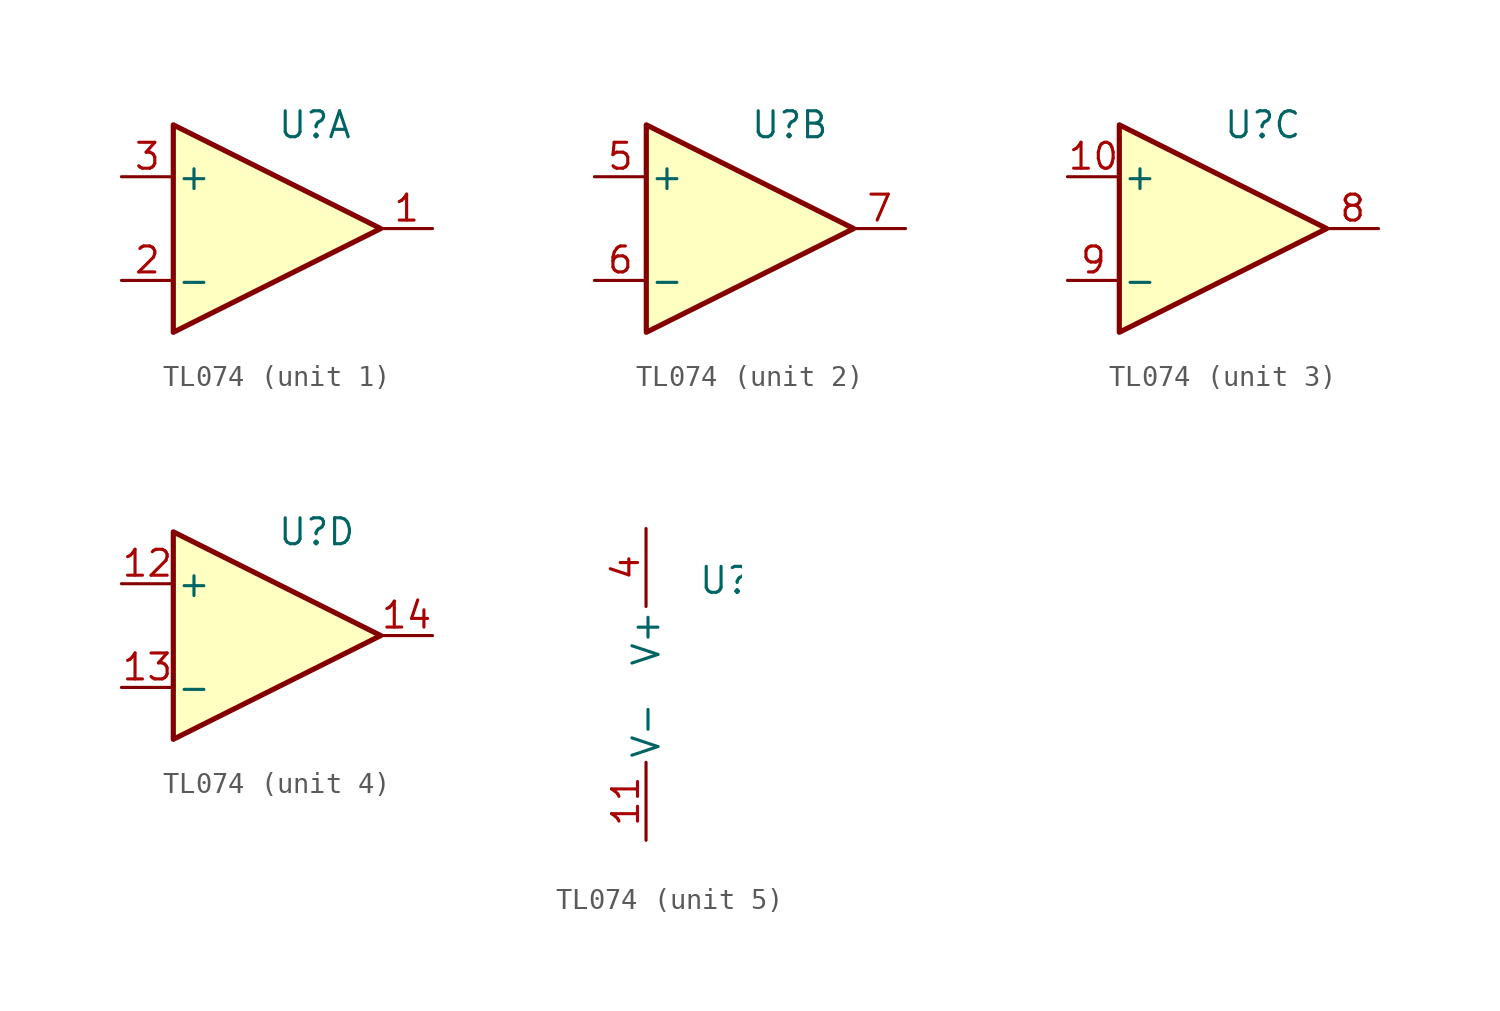
<source format=kicad_sym>
(kicad_symbol_lib
  (version 20220914)
  (generator kicad_symbol_editor)
  (symbol "TL074"
    (pin_names
      (offset 0.127))
    (property "Reference" "U"
      (at 0 5.08 0)
      (effects (font (size 1.27 1.27)) (justify left)))
    (property "ki_locked" ""
      (at 0 0 0)
      (effects (font (size 1.27 1.27))))
    (symbol "TL074_1_1"
      (polyline (pts (xy -5.08 5.08) (xy 5.08 0) (xy -5.08 -5.08) (xy -5.08 5.08)) (stroke (width 0.254) (type default)) (fill (type background)))
      (pin output line (at 7.62 0 180) (length 2.54) (name "~" (effects (font (size 1.27 1.27)))) (number "1" (effects (font (size 1.27 1.27)))))
      (pin input line (at -7.62 -2.54 0) (length 2.54) (name "-" (effects (font (size 1.27 1.27)))) (number "2" (effects (font (size 1.27 1.27)))))
      (pin input line (at -7.62 2.54 0) (length 2.54) (name "+" (effects (font (size 1.27 1.27)))) (number "3" (effects (font (size 1.27 1.27))))))
    (symbol "TL074_2_1"
      (polyline (pts (xy -5.08 5.08) (xy 5.08 0) (xy -5.08 -5.08) (xy -5.08 5.08)) (stroke (width 0.254) (type default)) (fill (type background)))
      (pin input line (at -7.62 2.54 0) (length 2.54) (name "+" (effects (font (size 1.27 1.27)))) (number "5" (effects (font (size 1.27 1.27)))))
      (pin input line (at -7.62 -2.54 0) (length 2.54) (name "-" (effects (font (size 1.27 1.27)))) (number "6" (effects (font (size 1.27 1.27)))))
      (pin output line (at 7.62 0 180) (length 2.54) (name "~" (effects (font (size 1.27 1.27)))) (number "7" (effects (font (size 1.27 1.27))))))
    (symbol "TL074_3_1"
      (polyline (pts (xy -5.08 5.08) (xy 5.08 0) (xy -5.08 -5.08) (xy -5.08 5.08)) (stroke (width 0.254) (type default)) (fill (type background)))
      (pin input line (at -7.62 2.54 0) (length 2.54) (name "+" (effects (font (size 1.27 1.27)))) (number "10" (effects (font (size 1.27 1.27)))))
      (pin output line (at 7.62 0 180) (length 2.54) (name "~" (effects (font (size 1.27 1.27)))) (number "8" (effects (font (size 1.27 1.27)))))
      (pin input line (at -7.62 -2.54 0) (length 2.54) (name "-" (effects (font (size 1.27 1.27)))) (number "9" (effects (font (size 1.27 1.27))))))
    (symbol "TL074_4_1"
      (polyline (pts (xy -5.08 5.08) (xy 5.08 0) (xy -5.08 -5.08) (xy -5.08 5.08)) (stroke (width 0.254) (type default)) (fill (type background)))
      (pin input line (at -7.62 2.54 0) (length 2.54) (name "+" (effects (font (size 1.27 1.27)))) (number "12" (effects (font (size 1.27 1.27)))))
      (pin input line (at -7.62 -2.54 0) (length 2.54) (name "-" (effects (font (size 1.27 1.27)))) (number "13" (effects (font (size 1.27 1.27)))))
      (pin output line (at 7.62 0 180) (length 2.54) (name "~" (effects (font (size 1.27 1.27)))) (number "14" (effects (font (size 1.27 1.27))))))
    (symbol "TL074_5_1"
      (pin power_in line (at -2.54 -7.62 90) (length 3.81) (name "V-" (effects (font (size 1.27 1.27)))) (number "11" (effects (font (size 1.27 1.27)))))
      (pin power_in line (at -2.54 7.62 270) (length 3.81) (name "V+" (effects (font (size 1.27 1.27)))) (number "4" (effects (font (size 1.27 1.27))))))))
</source>
